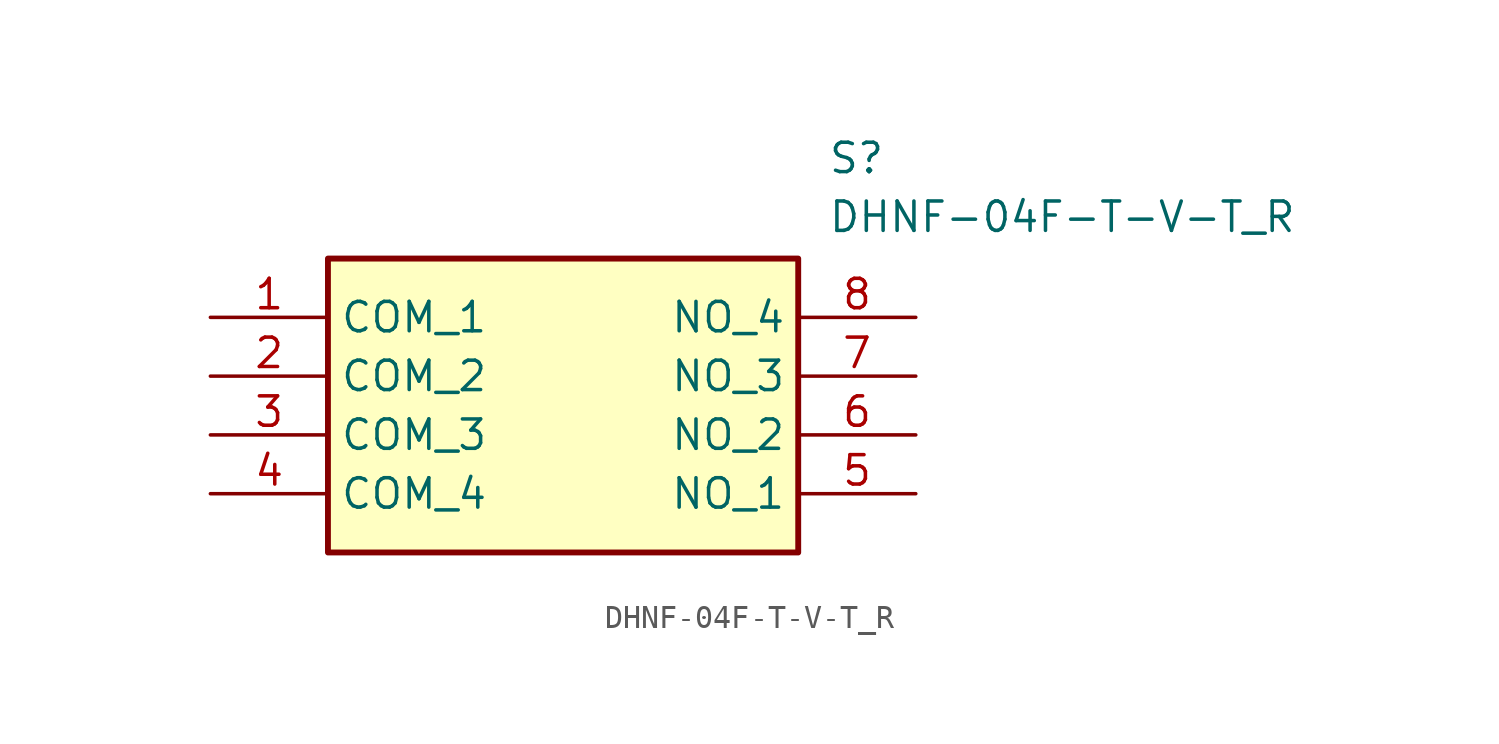
<source format=kicad_sym>
(kicad_symbol_lib
  (version 20211014)
  (generator SamacSys_ECAD_Model)
  (symbol "DHNF-04F-T-V-T_R"
    (property "Reference" "S"
      (at 26.67 7.62 0)
      (effects (font (size 1.27 1.27)) (justify left top)))
    (property "Value" "DHNF-04F-T-V-T_R"
      (at 26.67 5.08 0)
      (effects (font (size 1.27 1.27)) (justify left top)))
    (rectangle
      (start 5.08 2.54)
      (end 25.4 -10.16)
      (stroke (width 0.254) (type default))
      (fill (type background)))
    (pin passive line
      (at 0 0 0)
      (length 5.08)
      (name "COM_1" (effects (font (size 1.27 1.27))))
      (number "1" (effects (font (size 1.27 1.27)))))
    (pin passive line
      (at 0 -2.54 0)
      (length 5.08)
      (name "COM_2" (effects (font (size 1.27 1.27))))
      (number "2" (effects (font (size 1.27 1.27)))))
    (pin passive line
      (at 0 -5.08 0)
      (length 5.08)
      (name "COM_3" (effects (font (size 1.27 1.27))))
      (number "3" (effects (font (size 1.27 1.27)))))
    (pin passive line
      (at 0 -7.62 0)
      (length 5.08)
      (name "COM_4" (effects (font (size 1.27 1.27))))
      (number "4" (effects (font (size 1.27 1.27)))))
    (pin passive line
      (at 30.48 -7.62 180)
      (length 5.08)
      (name "NO_1" (effects (font (size 1.27 1.27))))
      (number "5" (effects (font (size 1.27 1.27)))))
    (pin passive line
      (at 30.48 -5.08 180)
      (length 5.08)
      (name "NO_2" (effects (font (size 1.27 1.27))))
      (number "6" (effects (font (size 1.27 1.27)))))
    (pin passive line
      (at 30.48 -2.54 180)
      (length 5.08)
      (name "NO_3" (effects (font (size 1.27 1.27))))
      (number "7" (effects (font (size 1.27 1.27)))))
    (pin passive line
      (at 30.48 0 180)
      (length 5.08)
      (name "NO_4" (effects (font (size 1.27 1.27))))
      (number "8" (effects (font (size 1.27 1.27)))))))
</source>
